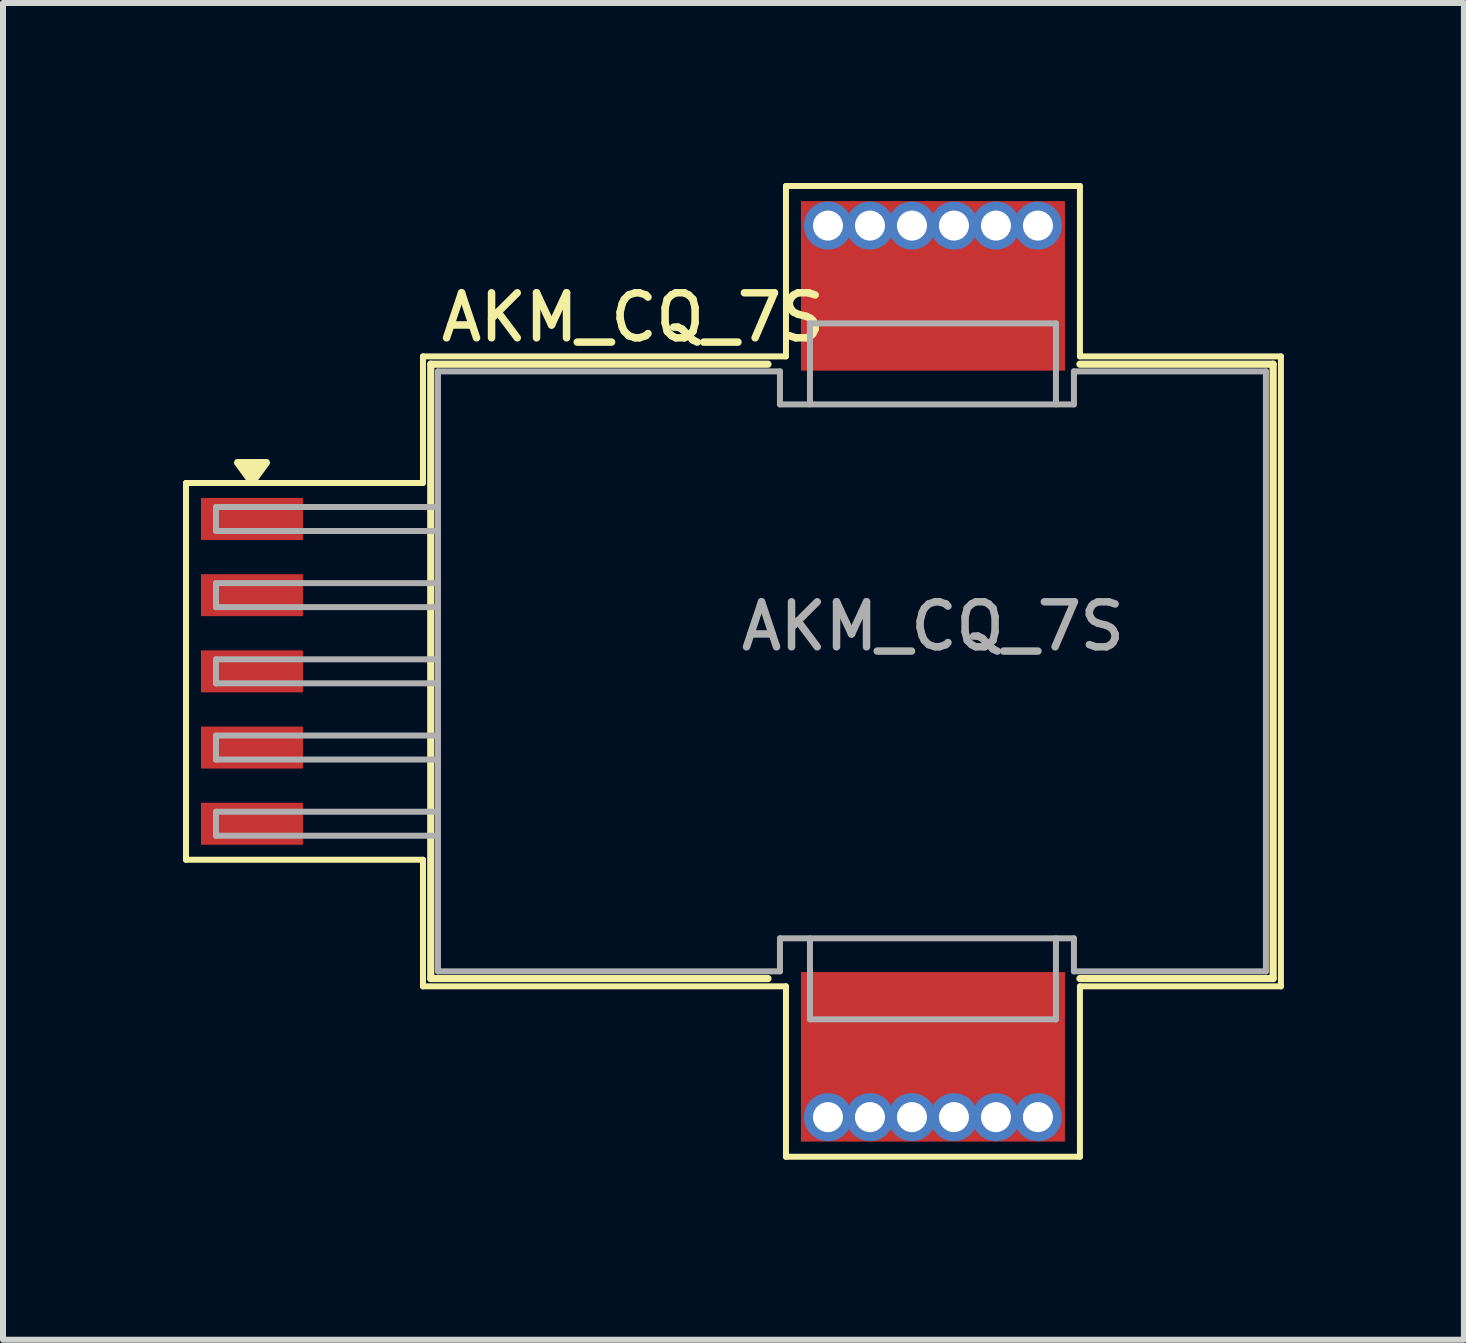
<source format=kicad_pcb>
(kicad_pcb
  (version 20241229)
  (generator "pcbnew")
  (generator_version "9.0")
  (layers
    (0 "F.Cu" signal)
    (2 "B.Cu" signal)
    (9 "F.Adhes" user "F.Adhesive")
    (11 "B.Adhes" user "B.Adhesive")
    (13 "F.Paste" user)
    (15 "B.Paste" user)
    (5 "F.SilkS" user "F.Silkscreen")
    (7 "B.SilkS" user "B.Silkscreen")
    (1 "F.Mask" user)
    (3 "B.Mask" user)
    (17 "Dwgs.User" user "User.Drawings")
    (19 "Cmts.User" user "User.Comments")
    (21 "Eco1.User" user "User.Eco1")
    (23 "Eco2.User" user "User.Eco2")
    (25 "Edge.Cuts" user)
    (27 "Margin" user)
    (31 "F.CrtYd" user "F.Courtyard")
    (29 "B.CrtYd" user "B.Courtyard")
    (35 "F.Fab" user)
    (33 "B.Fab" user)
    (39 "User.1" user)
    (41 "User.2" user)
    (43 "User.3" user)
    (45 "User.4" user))
  (footprint "AKM_CQ_7S"
    (layer "F.Cu")
    (at 7.5 8.14)
    (property "Reference" "AKM_CQ_7S" (at 0 -5.9 0) (layer "F.SilkS") (effects (font (size 0.75 0.75) (thickness 0.125))))
    (attr smd)
    (fp_line (start -7.45 -3.14) (end -7.45 3.14) (stroke (width 0.1) (type solid)) (layer "F.SilkS"))
    (fp_line (start -7.45 -3.14) (end -3.5 -3.14) (stroke (width 0.1) (type solid)) (layer "F.SilkS"))
    (fp_line (start -7.45 3.14) (end -3.5 3.14) (stroke (width 0.1) (type solid)) (layer "F.SilkS"))
    (fp_line (start -3.5 -5.25) (end 2.55 -5.25) (stroke (width 0.1) (type solid)) (layer "F.SilkS"))
    (fp_line (start -3.5 -3.14) (end -3.5 -5.25) (stroke (width 0.1) (type solid)) (layer "F.SilkS"))
    (fp_line (start -3.5 3.14) (end -3.5 5.25) (stroke (width 0.1) (type solid)) (layer "F.SilkS"))
    (fp_line (start -3.5 5.25) (end 2.55 5.25) (stroke (width 0.1) (type solid)) (layer "F.SilkS"))
    (fp_line (start -3.37 -5.12) (end -3.37 5.12) (stroke (width 0.12) (type solid)) (layer "F.SilkS"))
    (fp_line (start 2.25 -5.12) (end -3.37 -5.12) (stroke (width 0.12) (type solid)) (layer "F.SilkS"))
    (fp_line (start 2.25 5.12) (end -3.37 5.12) (stroke (width 0.12) (type solid)) (layer "F.SilkS"))
    (fp_line (start 2.55 -5.25) (end 2.55 -8.09) (stroke (width 0.1) (type solid)) (layer "F.SilkS"))
    (fp_line (start 2.55 5.25) (end 2.55 8.09) (stroke (width 0.1) (type solid)) (layer "F.SilkS"))
    (fp_line (start 7.45 -8.09) (end 2.55 -8.09) (stroke (width 0.1) (type solid)) (layer "F.SilkS"))
    (fp_line (start 7.45 -5.25) (end 7.45 -8.09) (stroke (width 0.1) (type solid)) (layer "F.SilkS"))
    (fp_line (start 7.45 5.25) (end 7.45 8.09) (stroke (width 0.1) (type solid)) (layer "F.SilkS"))
    (fp_line (start 7.45 8.09) (end 2.55 8.09) (stroke (width 0.1) (type solid)) (layer "F.SilkS"))
    (fp_line (start 10.67 -5.12) (end 7.45 -5.12) (stroke (width 0.12) (type solid)) (layer "F.SilkS"))
    (fp_line (start 10.67 5.12) (end 7.45 5.12) (stroke (width 0.12) (type solid)) (layer "F.SilkS"))
    (fp_line (start 10.67 5.12) (end 10.67 -5.12) (stroke (width 0.12) (type solid)) (layer "F.SilkS"))
    (fp_line (start 10.8 -5.25) (end 7.45 -5.25) (stroke (width 0.1) (type solid)) (layer "F.SilkS"))
    (fp_line (start 10.8 5.25) (end 7.45 5.25) (stroke (width 0.1) (type solid)) (layer "F.SilkS"))
    (fp_line (start 10.8 5.25) (end 10.8 -5.25) (stroke (width 0.1) (type solid)) (layer "F.SilkS"))
    (fp_poly (pts (xy -6.35 -3.15) (xy -6.59 -3.48) (xy -6.11 -3.48) (xy -6.35 -3.15)) (stroke (width 0.12) (type solid)) (fill yes) (layer "F.SilkS"))
    (fp_line (start -6.95 -2.74) (end -6.95 -2.34) (stroke (width 0.1) (type solid)) (layer "F.Fab"))
    (fp_line (start -6.95 -2.34) (end -3.25 -2.34) (stroke (width 0.1) (type solid)) (layer "F.Fab"))
    (fp_line (start -6.95 -1.47) (end -6.95 -1.07) (stroke (width 0.1) (type solid)) (layer "F.Fab"))
    (fp_line (start -6.95 -1.07) (end -3.25 -1.07) (stroke (width 0.1) (type solid)) (layer "F.Fab"))
    (fp_line (start -6.95 -0.2) (end -6.95 0.2) (stroke (width 0.1) (type solid)) (layer "F.Fab"))
    (fp_line (start -6.95 0.2) (end -3.25 0.2) (stroke (width 0.1) (type solid)) (layer "F.Fab"))
    (fp_line (start -6.95 1.07) (end -6.95 1.47) (stroke (width 0.1) (type solid)) (layer "F.Fab"))
    (fp_line (start -6.95 1.47) (end -3.25 1.47) (stroke (width 0.1) (type solid)) (layer "F.Fab"))
    (fp_line (start -6.95 2.34) (end -6.95 2.74) (stroke (width 0.1) (type solid)) (layer "F.Fab"))
    (fp_line (start -6.95 2.74) (end -3.25 2.74) (stroke (width 0.1) (type solid)) (layer "F.Fab"))
    (fp_line (start -3.25 -5) (end -3.25 5) (stroke (width 0.1) (type solid)) (layer "F.Fab"))
    (fp_line (start -3.25 -2.74) (end -6.95 -2.74) (stroke (width 0.1) (type solid)) (layer "F.Fab"))
    (fp_line (start -3.25 -1.47) (end -6.95 -1.47) (stroke (width 0.1) (type solid)) (layer "F.Fab"))
    (fp_line (start -3.25 -0.2) (end -6.95 -0.2) (stroke (width 0.1) (type solid)) (layer "F.Fab"))
    (fp_line (start -3.25 1.07) (end -6.95 1.07) (stroke (width 0.1) (type solid)) (layer "F.Fab"))
    (fp_line (start -3.25 2.34) (end -6.95 2.34) (stroke (width 0.1) (type solid)) (layer "F.Fab"))
    (fp_line (start 2.45 -5) (end -3.25 -5) (stroke (width 0.1) (type solid)) (layer "F.Fab"))
    (fp_line (start 2.45 -5) (end 2.45 -4.45) (stroke (width 0.1) (type solid)) (layer "F.Fab"))
    (fp_line (start 2.45 5) (end -3.25 5) (stroke (width 0.1) (type solid)) (layer "F.Fab"))
    (fp_line (start 2.45 5) (end 2.45 4.45) (stroke (width 0.1) (type solid)) (layer "F.Fab"))
    (fp_line (start 2.95 -5.8) (end 2.95 -4.45) (stroke (width 0.1) (type solid)) (layer "F.Fab"))
    (fp_line (start 2.95 5.8) (end 2.95 4.45) (stroke (width 0.1) (type solid)) (layer "F.Fab"))
    (fp_line (start 7.05 -5.8) (end 2.95 -5.8) (stroke (width 0.1) (type solid)) (layer "F.Fab"))
    (fp_line (start 7.05 -4.45) (end 7.05 -5.8) (stroke (width 0.1) (type solid)) (layer "F.Fab"))
    (fp_line (start 7.05 4.45) (end 7.05 5.8) (stroke (width 0.1) (type solid)) (layer "F.Fab"))
    (fp_line (start 7.05 5.8) (end 2.95 5.8) (stroke (width 0.1) (type solid)) (layer "F.Fab"))
    (fp_line (start 7.35 -5) (end 7.35 -4.45) (stroke (width 0.1) (type solid)) (layer "F.Fab"))
    (fp_line (start 7.35 -4.45) (end 2.45 -4.45) (stroke (width 0.1) (type solid)) (layer "F.Fab"))
    (fp_line (start 7.35 4.45) (end 2.45 4.45) (stroke (width 0.1) (type solid)) (layer "F.Fab"))
    (fp_line (start 7.35 5) (end 7.35 4.45) (stroke (width 0.1) (type solid)) (layer "F.Fab"))
    (fp_line (start 10.55 -5) (end 7.35 -5) (stroke (width 0.1) (type solid)) (layer "F.Fab"))
    (fp_line (start 10.55 5) (end 7.35 5) (stroke (width 0.1) (type solid)) (layer "F.Fab"))
    (fp_line (start 10.55 5) (end 10.55 -5) (stroke (width 0.1) (type solid)) (layer "F.Fab"))
    (fp_text user "${REFERENCE}" (at 5 -0.75 0) (layer "F.Fab") (effects (font (size 0.75 0.75) (thickness 0.125))))
    (pad "1" smd rect (at -6.35 -2.54) (size 1.7 0.7) (layers "F.Cu" "F.Mask" "F.Paste"))
    (pad "2" smd rect (at -6.35 -1.27) (size 1.7 0.7) (layers "F.Cu" "F.Mask" "F.Paste"))
    (pad "3" smd rect (at -6.35 0) (size 1.7 0.7) (layers "F.Cu" "F.Mask" "F.Paste"))
    (pad "4" smd rect (at -6.35 1.27) (size 1.7 0.7) (layers "F.Cu" "F.Mask" "F.Paste"))
    (pad "5" smd rect (at -6.35 2.54) (size 1.7 0.7) (layers "F.Cu" "F.Mask" "F.Paste"))
    (pad "6" thru_hole circle (at 3.25 7.43) (size 0.8 0.8) (drill 0.5) (layers "*.Cu" "*.Mask"))
    (pad "6" thru_hole circle (at 3.95 7.43) (size 0.8 0.8) (drill 0.5) (layers "*.Cu" "*.Mask"))
    (pad "6" thru_hole circle (at 4.65 7.43) (size 0.8 0.8) (drill 0.5) (layers "*.Cu" "*.Mask"))
    (pad "6" smd rect (at 5 6.425) (size 4.4 2.825) (layers "F.Cu" "F.Mask" "F.Paste"))
    (pad "6" thru_hole circle (at 5.35 7.43) (size 0.8 0.8) (drill 0.5) (layers "*.Cu" "*.Mask"))
    (pad "6" thru_hole circle (at 6.05 7.43) (size 0.8 0.8) (drill 0.5) (layers "*.Cu" "*.Mask"))
    (pad "6" thru_hole circle (at 6.75 7.43) (size 0.8 0.8) (drill 0.5) (layers "*.Cu" "*.Mask"))
    (pad "7" thru_hole circle (at 3.25 -7.43) (size 0.8 0.8) (drill 0.5) (layers "*.Cu" "*.Mask"))
    (pad "7" thru_hole circle (at 3.95 -7.43) (size 0.8 0.8) (drill 0.5) (layers "*.Cu" "*.Mask"))
    (pad "7" thru_hole circle (at 4.65 -7.43) (size 0.8 0.8) (drill 0.5) (layers "*.Cu" "*.Mask"))
    (pad "7" smd rect (at 5 -6.425) (size 4.4 2.825) (layers "F.Cu" "F.Mask" "F.Paste"))
    (pad "7" thru_hole circle (at 5.35 -7.43) (size 0.8 0.8) (drill 0.5) (layers "*.Cu" "*.Mask"))
    (pad "7" thru_hole circle (at 6.05 -7.43) (size 0.8 0.8) (drill 0.5) (layers "*.Cu" "*.Mask"))
    (pad "7" thru_hole circle (at 6.75 -7.43) (size 0.8 0.8) (drill 0.5) (layers "*.Cu" "*.Mask")))
  (gr_rect
    (start -3 -3)
    (end 21.35 19.28)
    (stroke (width 0.1) (type default))
    (fill no)
    (layer "Edge.Cuts")))
</source>
